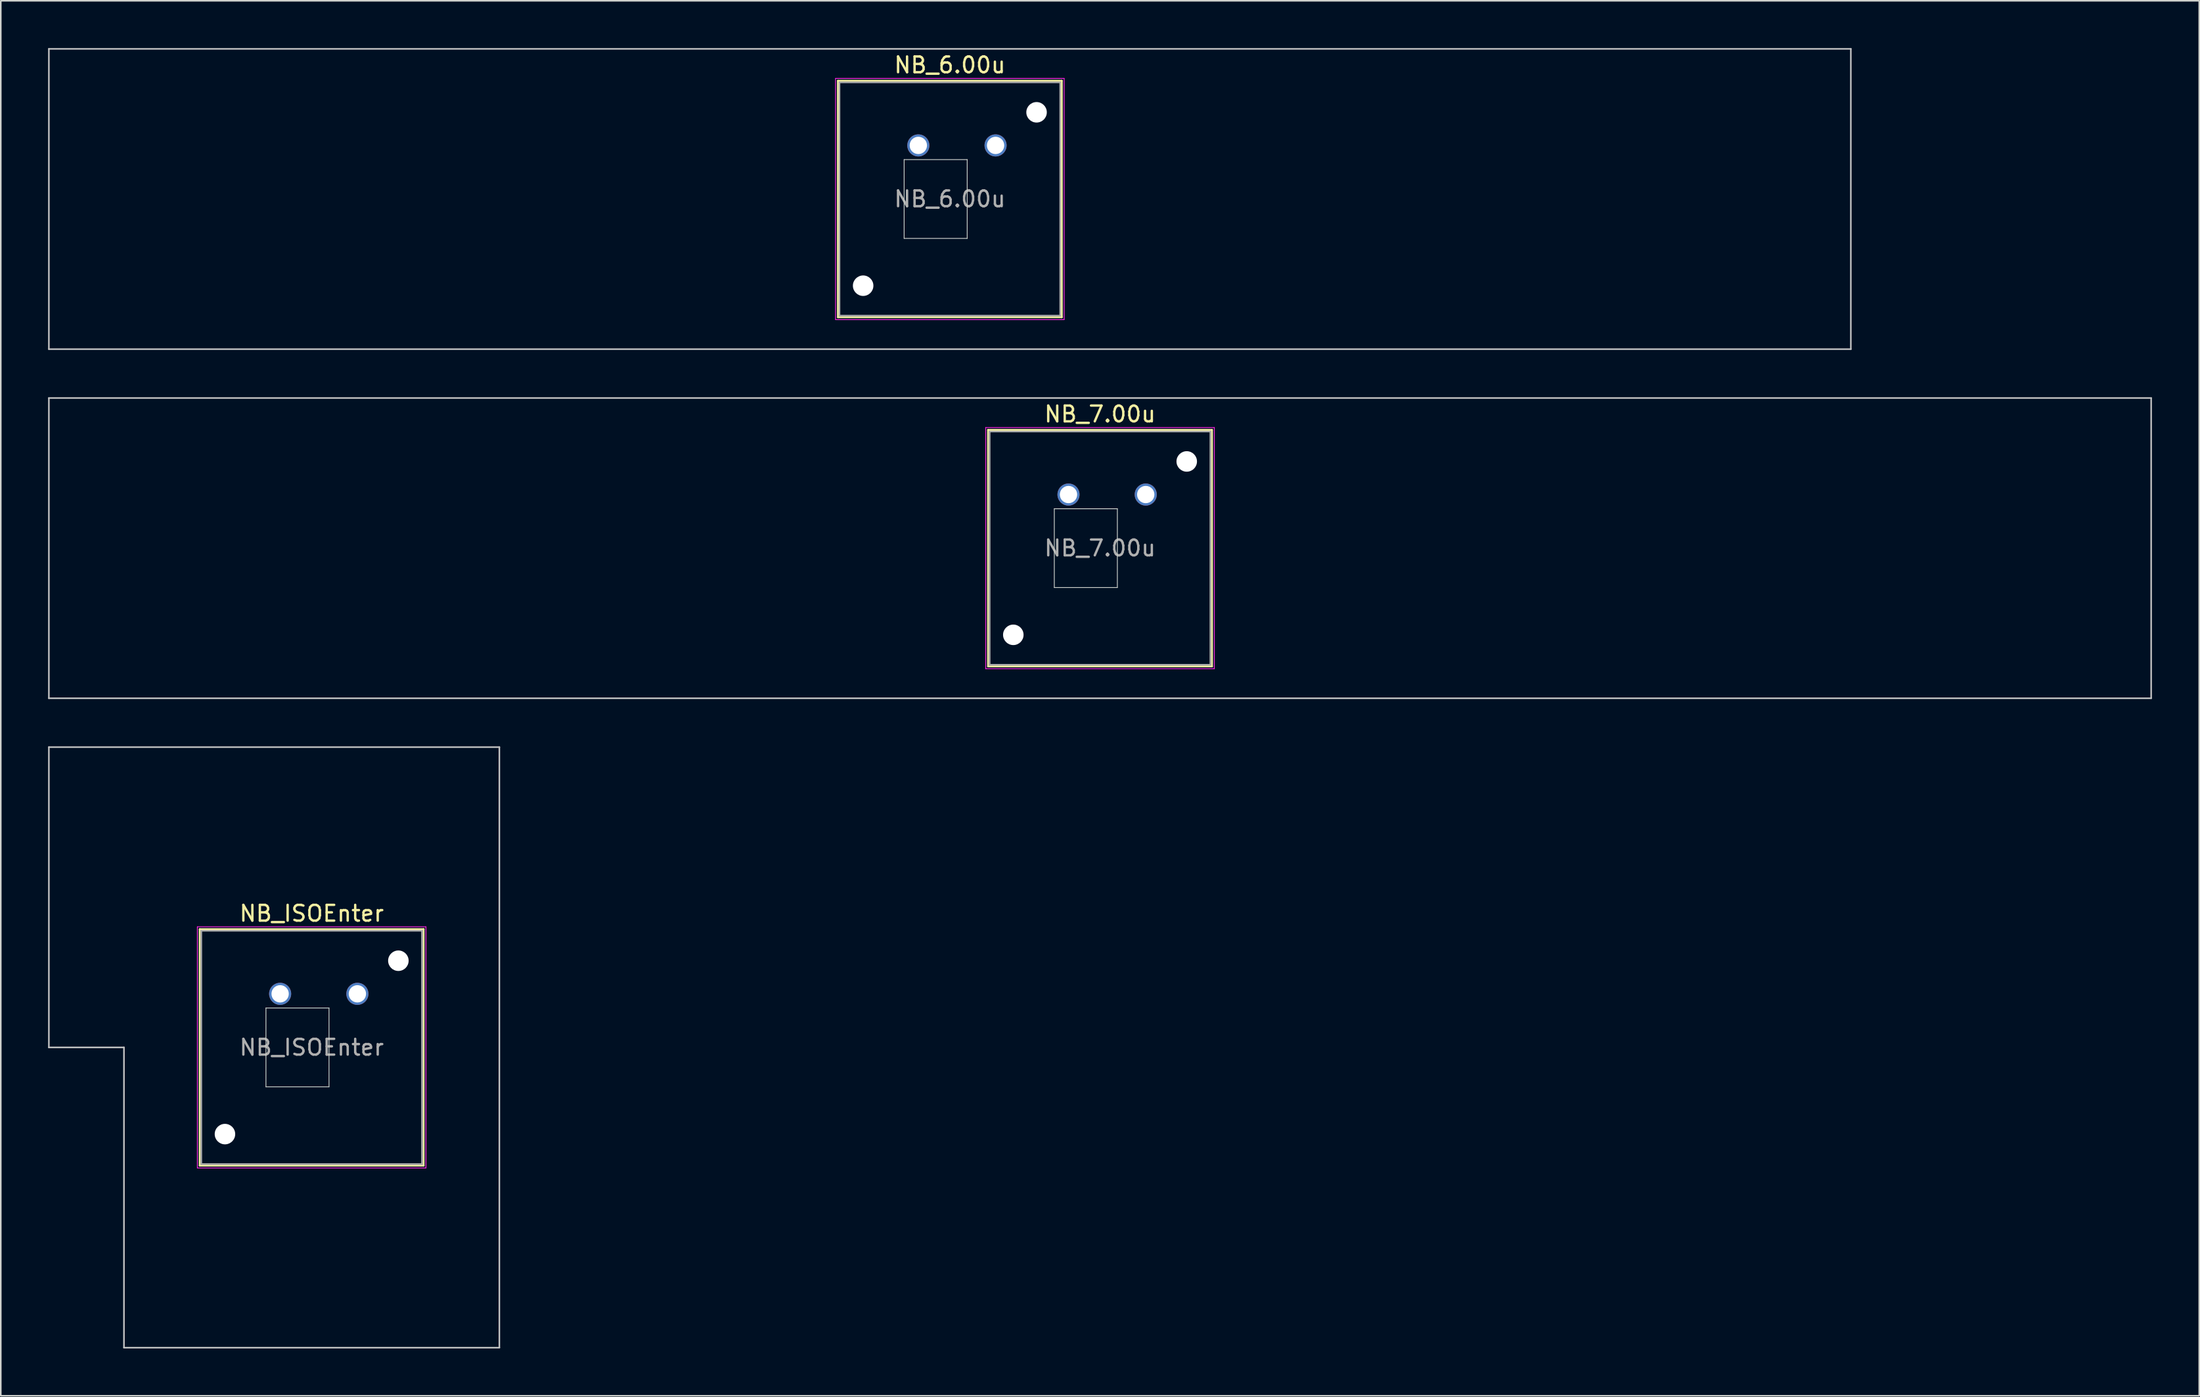
<source format=kicad_pcb>
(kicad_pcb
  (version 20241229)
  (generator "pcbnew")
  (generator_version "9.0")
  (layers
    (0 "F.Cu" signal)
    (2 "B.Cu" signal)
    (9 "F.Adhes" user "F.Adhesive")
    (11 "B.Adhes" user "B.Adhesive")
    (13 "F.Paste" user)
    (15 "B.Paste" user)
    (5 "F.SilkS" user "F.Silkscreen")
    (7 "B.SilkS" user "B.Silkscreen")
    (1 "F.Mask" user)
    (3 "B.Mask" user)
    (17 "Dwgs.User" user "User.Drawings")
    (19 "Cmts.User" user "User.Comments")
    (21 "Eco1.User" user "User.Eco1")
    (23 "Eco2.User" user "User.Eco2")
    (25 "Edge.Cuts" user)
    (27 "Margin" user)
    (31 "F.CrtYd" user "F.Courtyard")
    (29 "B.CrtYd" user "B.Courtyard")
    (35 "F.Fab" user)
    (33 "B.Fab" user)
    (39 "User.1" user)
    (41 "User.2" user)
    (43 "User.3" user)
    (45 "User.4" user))
  (footprint "NB_ISOEnter"
    (layer "F.Cu")
    (at 16.719 63.4)
    (property "Reference" "NB_ISOEnter" (at 0 -8.5 0) (layer "F.SilkS") (effects (font (size 1 1) (thickness 0.15))))
    (attr through_hole)
    (fp_line (start -7.1 -7.5) (end -7.1 7.5) (stroke (width 0.12) (type solid)) (layer "F.SilkS"))
    (fp_line (start -7.1 7.5) (end 7.1 7.5) (stroke (width 0.12) (type solid)) (layer "F.SilkS"))
    (fp_line (start 7.1 -7.5) (end -7.1 -7.5) (stroke (width 0.12) (type solid)) (layer "F.SilkS"))
    (fp_line (start 7.1 7.5) (end 7.1 -7.5) (stroke (width 0.12) (type solid)) (layer "F.SilkS"))
    (fp_line (start -16.669 -19.05) (end -16.669 0) (stroke (width 0.1) (type solid)) (layer "Dwgs.User"))
    (fp_line (start -16.669 0) (end -11.906 0) (stroke (width 0.1) (type solid)) (layer "Dwgs.User"))
    (fp_line (start -11.906 0) (end -11.906 19.05) (stroke (width 0.1) (type solid)) (layer "Dwgs.User"))
    (fp_line (start -11.906 19.05) (end 11.906 19.05) (stroke (width 0.1) (type solid)) (layer "Dwgs.User"))
    (fp_line (start 11.906 -19.05) (end -16.669 -19.05) (stroke (width 0.1) (type solid)) (layer "Dwgs.User"))
    (fp_line (start 11.906 19.05) (end 11.906 -19.05) (stroke (width 0.1) (type solid)) (layer "Dwgs.User"))
    (fp_line (start -8 -8) (end -8 8) (stroke (width 0.1) (type solid)) (layer "Eco1.User"))
    (fp_line (start -8 8) (end 8 8) (stroke (width 0.1) (type solid)) (layer "Eco1.User"))
    (fp_line (start 8 -8) (end -8 -8) (stroke (width 0.1) (type solid)) (layer "Eco1.User"))
    (fp_line (start 8 8) (end 8 -8) (stroke (width 0.1) (type solid)) (layer "Eco1.User"))
    (fp_line (start -2.9 -2.5) (end 1.1 -2.5) (stroke (width 0.05) (type solid)) (layer "Edge.Cuts"))
    (fp_line (start -2.9 2.5) (end -2.9 -2.5) (stroke (width 0.05) (type solid)) (layer "Edge.Cuts"))
    (fp_line (start 1.1 -2.5) (end 1.1 2.5) (stroke (width 0.05) (type solid)) (layer "Edge.Cuts"))
    (fp_line (start 1.1 2.5) (end -2.9 2.5) (stroke (width 0.05) (type solid)) (layer "Edge.Cuts"))
    (fp_line (start -7.25 -7.65) (end -7.25 7.65) (stroke (width 0.05) (type solid)) (layer "F.CrtYd"))
    (fp_line (start -7.25 7.65) (end 7.25 7.65) (stroke (width 0.05) (type solid)) (layer "F.CrtYd"))
    (fp_line (start 7.25 -7.65) (end -7.25 -7.65) (stroke (width 0.05) (type solid)) (layer "F.CrtYd"))
    (fp_line (start 7.25 7.65) (end 7.25 -7.65) (stroke (width 0.05) (type solid)) (layer "F.CrtYd"))
    (fp_line (start -7 -7.4) (end -7 7.4) (stroke (width 0.1) (type solid)) (layer "F.Fab"))
    (fp_line (start -7 7.4) (end 7 7.4) (stroke (width 0.1) (type solid)) (layer "F.Fab"))
    (fp_line (start 7 -7.4) (end -7 -7.4) (stroke (width 0.1) (type solid)) (layer "F.Fab"))
    (fp_line (start 7 7.4) (end 7 -7.4) (stroke (width 0.1) (type solid)) (layer "F.Fab"))
    (fp_text user "${REFERENCE}" (at 0 0 0) (layer "F.Fab") (effects (font (size 1 1) (thickness 0.15))))
    (pad "" np_thru_hole circle (at -5.5 5.5) (size 1.3 1.3) (drill 1.3) (layers "*.Cu" "*.Mask"))
    (pad "" np_thru_hole circle (at 5.5 -5.5) (size 1.3 1.3) (drill 1.3) (layers "*.Cu" "*.Mask"))
    (pad "1" thru_hole circle (at -2 -3.4) (size 1.4 1.4) (drill 1.1) (layers "*.Cu" "*.Mask"))
    (pad "2" thru_hole circle (at 2.9 -3.4) (size 1.4 1.4) (drill 1.1) (layers "*.Cu" "*.Mask")))
  (footprint "NB_6.00u"
    (layer "F.Cu")
    (at 57.2 9.575)
    (property "Reference" "NB_6.00u" (at 0 -8.5 0) (layer "F.SilkS") (effects (font (size 1 1) (thickness 0.15))))
    (attr through_hole)
    (fp_line (start -7.1 -7.5) (end -7.1 7.5) (stroke (width 0.12) (type solid)) (layer "F.SilkS"))
    (fp_line (start -7.1 7.5) (end 7.1 7.5) (stroke (width 0.12) (type solid)) (layer "F.SilkS"))
    (fp_line (start 7.1 -7.5) (end -7.1 -7.5) (stroke (width 0.12) (type solid)) (layer "F.SilkS"))
    (fp_line (start 7.1 7.5) (end 7.1 -7.5) (stroke (width 0.12) (type solid)) (layer "F.SilkS"))
    (fp_line (start -57.15 -9.525) (end -57.15 9.525) (stroke (width 0.1) (type solid)) (layer "Dwgs.User"))
    (fp_line (start -57.15 9.525) (end 57.15 9.525) (stroke (width 0.1) (type solid)) (layer "Dwgs.User"))
    (fp_line (start 57.15 -9.525) (end -57.15 -9.525) (stroke (width 0.1) (type solid)) (layer "Dwgs.User"))
    (fp_line (start 57.15 9.525) (end 57.15 -9.525) (stroke (width 0.1) (type solid)) (layer "Dwgs.User"))
    (fp_line (start -8 -8) (end -8 8) (stroke (width 0.1) (type solid)) (layer "Eco1.User"))
    (fp_line (start -8 8) (end 8 8) (stroke (width 0.1) (type solid)) (layer "Eco1.User"))
    (fp_line (start 8 -8) (end -8 -8) (stroke (width 0.1) (type solid)) (layer "Eco1.User"))
    (fp_line (start 8 8) (end 8 -8) (stroke (width 0.1) (type solid)) (layer "Eco1.User"))
    (fp_line (start -2.9 -2.5) (end 1.1 -2.5) (stroke (width 0.05) (type solid)) (layer "Edge.Cuts"))
    (fp_line (start -2.9 2.5) (end -2.9 -2.5) (stroke (width 0.05) (type solid)) (layer "Edge.Cuts"))
    (fp_line (start 1.1 -2.5) (end 1.1 2.5) (stroke (width 0.05) (type solid)) (layer "Edge.Cuts"))
    (fp_line (start 1.1 2.5) (end -2.9 2.5) (stroke (width 0.05) (type solid)) (layer "Edge.Cuts"))
    (fp_line (start -7.25 -7.65) (end -7.25 7.65) (stroke (width 0.05) (type solid)) (layer "F.CrtYd"))
    (fp_line (start -7.25 7.65) (end 7.25 7.65) (stroke (width 0.05) (type solid)) (layer "F.CrtYd"))
    (fp_line (start 7.25 -7.65) (end -7.25 -7.65) (stroke (width 0.05) (type solid)) (layer "F.CrtYd"))
    (fp_line (start 7.25 7.65) (end 7.25 -7.65) (stroke (width 0.05) (type solid)) (layer "F.CrtYd"))
    (fp_line (start -7 -7.4) (end -7 7.4) (stroke (width 0.1) (type solid)) (layer "F.Fab"))
    (fp_line (start -7 7.4) (end 7 7.4) (stroke (width 0.1) (type solid)) (layer "F.Fab"))
    (fp_line (start 7 -7.4) (end -7 -7.4) (stroke (width 0.1) (type solid)) (layer "F.Fab"))
    (fp_line (start 7 7.4) (end 7 -7.4) (stroke (width 0.1) (type solid)) (layer "F.Fab"))
    (fp_text user "${REFERENCE}" (at 0 0 0) (layer "F.Fab") (effects (font (size 1 1) (thickness 0.15))))
    (pad "" np_thru_hole circle (at -5.5 5.5) (size 1.3 1.3) (drill 1.3) (layers "*.Cu" "*.Mask"))
    (pad "" np_thru_hole circle (at 5.5 -5.5) (size 1.3 1.3) (drill 1.3) (layers "*.Cu" "*.Mask"))
    (pad "1" thru_hole circle (at -2 -3.4) (size 1.4 1.4) (drill 1.1) (layers "*.Cu" "*.Mask"))
    (pad "2" thru_hole circle (at 2.9 -3.4) (size 1.4 1.4) (drill 1.1) (layers "*.Cu" "*.Mask")))
  (footprint "NB_7.00u"
    (layer "F.Cu")
    (at 66.725 31.725)
    (property "Reference" "NB_7.00u" (at 0 -8.5 0) (layer "F.SilkS") (effects (font (size 1 1) (thickness 0.15))))
    (attr through_hole)
    (fp_line (start -7.1 -7.5) (end -7.1 7.5) (stroke (width 0.12) (type solid)) (layer "F.SilkS"))
    (fp_line (start -7.1 7.5) (end 7.1 7.5) (stroke (width 0.12) (type solid)) (layer "F.SilkS"))
    (fp_line (start 7.1 -7.5) (end -7.1 -7.5) (stroke (width 0.12) (type solid)) (layer "F.SilkS"))
    (fp_line (start 7.1 7.5) (end 7.1 -7.5) (stroke (width 0.12) (type solid)) (layer "F.SilkS"))
    (fp_line (start -66.675 -9.525) (end -66.675 9.525) (stroke (width 0.1) (type solid)) (layer "Dwgs.User"))
    (fp_line (start -66.675 9.525) (end 66.675 9.525) (stroke (width 0.1) (type solid)) (layer "Dwgs.User"))
    (fp_line (start 66.675 -9.525) (end -66.675 -9.525) (stroke (width 0.1) (type solid)) (layer "Dwgs.User"))
    (fp_line (start 66.675 9.525) (end 66.675 -9.525) (stroke (width 0.1) (type solid)) (layer "Dwgs.User"))
    (fp_line (start -8 -8) (end -8 8) (stroke (width 0.1) (type solid)) (layer "Eco1.User"))
    (fp_line (start -8 8) (end 8 8) (stroke (width 0.1) (type solid)) (layer "Eco1.User"))
    (fp_line (start 8 -8) (end -8 -8) (stroke (width 0.1) (type solid)) (layer "Eco1.User"))
    (fp_line (start 8 8) (end 8 -8) (stroke (width 0.1) (type solid)) (layer "Eco1.User"))
    (fp_line (start -2.9 -2.5) (end 1.1 -2.5) (stroke (width 0.05) (type solid)) (layer "Edge.Cuts"))
    (fp_line (start -2.9 2.5) (end -2.9 -2.5) (stroke (width 0.05) (type solid)) (layer "Edge.Cuts"))
    (fp_line (start 1.1 -2.5) (end 1.1 2.5) (stroke (width 0.05) (type solid)) (layer "Edge.Cuts"))
    (fp_line (start 1.1 2.5) (end -2.9 2.5) (stroke (width 0.05) (type solid)) (layer "Edge.Cuts"))
    (fp_line (start -7.25 -7.65) (end -7.25 7.65) (stroke (width 0.05) (type solid)) (layer "F.CrtYd"))
    (fp_line (start -7.25 7.65) (end 7.25 7.65) (stroke (width 0.05) (type solid)) (layer "F.CrtYd"))
    (fp_line (start 7.25 -7.65) (end -7.25 -7.65) (stroke (width 0.05) (type solid)) (layer "F.CrtYd"))
    (fp_line (start 7.25 7.65) (end 7.25 -7.65) (stroke (width 0.05) (type solid)) (layer "F.CrtYd"))
    (fp_line (start -7 -7.4) (end -7 7.4) (stroke (width 0.1) (type solid)) (layer "F.Fab"))
    (fp_line (start -7 7.4) (end 7 7.4) (stroke (width 0.1) (type solid)) (layer "F.Fab"))
    (fp_line (start 7 -7.4) (end -7 -7.4) (stroke (width 0.1) (type solid)) (layer "F.Fab"))
    (fp_line (start 7 7.4) (end 7 -7.4) (stroke (width 0.1) (type solid)) (layer "F.Fab"))
    (fp_text user "${REFERENCE}" (at 0 0 0) (layer "F.Fab") (effects (font (size 1 1) (thickness 0.15))))
    (pad "" np_thru_hole circle (at -5.5 5.5) (size 1.3 1.3) (drill 1.3) (layers "*.Cu" "*.Mask"))
    (pad "" np_thru_hole circle (at 5.5 -5.5) (size 1.3 1.3) (drill 1.3) (layers "*.Cu" "*.Mask"))
    (pad "1" thru_hole circle (at -2 -3.4) (size 1.4 1.4) (drill 1.1) (layers "*.Cu" "*.Mask"))
    (pad "2" thru_hole circle (at 2.9 -3.4) (size 1.4 1.4) (drill 1.1) (layers "*.Cu" "*.Mask")))
  (gr_rect
    (start -3 -3)
    (end 136.45 85.5)
    (stroke (width 0.1) (type default))
    (fill no)
    (layer "Edge.Cuts")))
</source>
